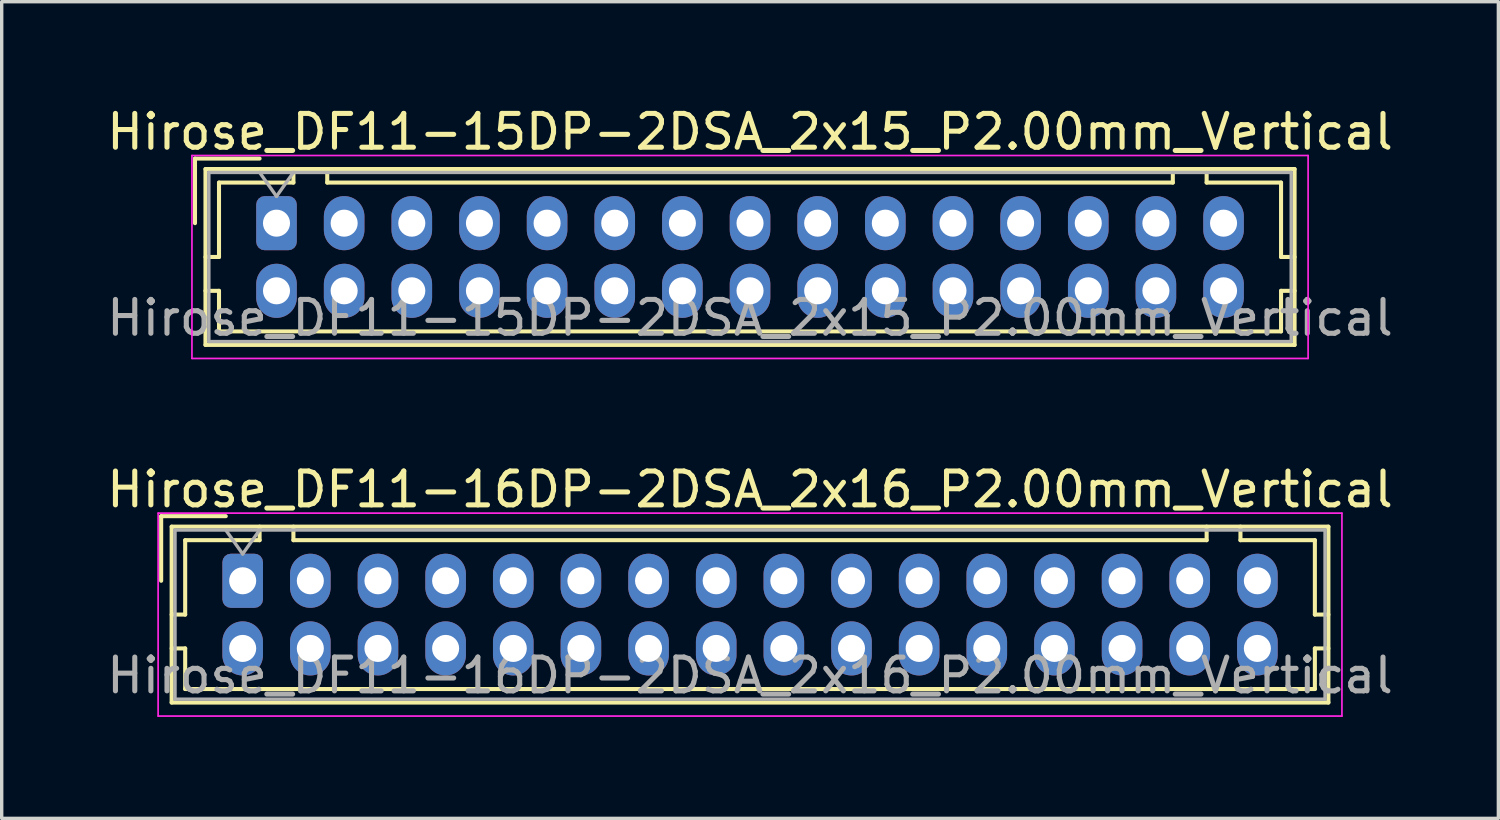
<source format=kicad_pcb>
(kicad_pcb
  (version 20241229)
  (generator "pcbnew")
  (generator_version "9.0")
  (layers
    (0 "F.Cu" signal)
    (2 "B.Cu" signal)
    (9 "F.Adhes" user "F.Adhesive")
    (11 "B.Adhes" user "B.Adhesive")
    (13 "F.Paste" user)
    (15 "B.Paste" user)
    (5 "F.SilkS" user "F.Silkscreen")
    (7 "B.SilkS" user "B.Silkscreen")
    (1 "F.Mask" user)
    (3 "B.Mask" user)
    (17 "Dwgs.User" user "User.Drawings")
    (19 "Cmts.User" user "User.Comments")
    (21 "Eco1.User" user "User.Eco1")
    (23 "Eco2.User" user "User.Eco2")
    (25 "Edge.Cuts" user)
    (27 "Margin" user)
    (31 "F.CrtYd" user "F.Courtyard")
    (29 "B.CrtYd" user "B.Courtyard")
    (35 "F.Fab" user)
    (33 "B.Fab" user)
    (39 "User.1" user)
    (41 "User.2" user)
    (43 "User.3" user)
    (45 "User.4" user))
  (footprint "Hirose_DF11-15DP-2DSA_2x15_P2.00mm_Vertical"
    (layer "F.Cu")
    (at 5.125 3.548)
    (property "Reference" "Hirose_DF11-15DP-2DSA_2x15_P2.00mm_Vertical" (at 14 -2.7 0) (layer "F.SilkS") (effects (font (size 1 1) (thickness 0.15))))
    (attr through_hole)
    (fp_line (start -2.41 -1.91) (end -0.5 -1.91) (stroke (width 0.12) (type solid)) (layer "F.SilkS"))
    (fp_line (start -2.41 0) (end -2.41 -1.91) (stroke (width 0.12) (type solid)) (layer "F.SilkS"))
    (fp_line (start -2.1 -1.6) (end -2.1 3.6) (stroke (width 0.12) (type solid)) (layer "F.SilkS"))
    (fp_line (start -2.1 1) (end -1.7 1) (stroke (width 0.12) (type solid)) (layer "F.SilkS"))
    (fp_line (start -2.1 2) (end -1.7 2) (stroke (width 0.12) (type solid)) (layer "F.SilkS"))
    (fp_line (start -2.1 3.6) (end 30.1 3.6) (stroke (width 0.12) (type solid)) (layer "F.SilkS"))
    (fp_line (start -1.7 -1.2) (end 0.5 -1.2) (stroke (width 0.12) (type solid)) (layer "F.SilkS"))
    (fp_line (start -1.7 1) (end -1.7 -1.2) (stroke (width 0.12) (type solid)) (layer "F.SilkS"))
    (fp_line (start -1.7 2) (end -1.7 3.2) (stroke (width 0.12) (type solid)) (layer "F.SilkS"))
    (fp_line (start -1.7 3.2) (end 29.7 3.2) (stroke (width 0.12) (type solid)) (layer "F.SilkS"))
    (fp_line (start 0.5 -1.2) (end 0.5 -1.6) (stroke (width 0.12) (type solid)) (layer "F.SilkS"))
    (fp_line (start 1.5 -1.6) (end 1.5 -1.2) (stroke (width 0.12) (type solid)) (layer "F.SilkS"))
    (fp_line (start 1.5 -1.2) (end 26.5 -1.2) (stroke (width 0.12) (type solid)) (layer "F.SilkS"))
    (fp_line (start 26.5 -1.2) (end 26.5 -1.6) (stroke (width 0.12) (type solid)) (layer "F.SilkS"))
    (fp_line (start 27.5 -1.2) (end 27.5 -1.6) (stroke (width 0.12) (type solid)) (layer "F.SilkS"))
    (fp_line (start 29.7 -1.2) (end 27.5 -1.2) (stroke (width 0.12) (type solid)) (layer "F.SilkS"))
    (fp_line (start 29.7 1) (end 29.7 -1.2) (stroke (width 0.12) (type solid)) (layer "F.SilkS"))
    (fp_line (start 29.7 2) (end 30.1 2) (stroke (width 0.12) (type solid)) (layer "F.SilkS"))
    (fp_line (start 29.7 3.2) (end 29.7 2) (stroke (width 0.12) (type solid)) (layer "F.SilkS"))
    (fp_line (start 30.1 -1.6) (end -2.1 -1.6) (stroke (width 0.12) (type solid)) (layer "F.SilkS"))
    (fp_line (start 30.1 1) (end 29.7 1) (stroke (width 0.12) (type solid)) (layer "F.SilkS"))
    (fp_line (start 30.1 3.6) (end 30.1 -1.6) (stroke (width 0.12) (type solid)) (layer "F.SilkS"))
    (fp_line (start -2.5 -2) (end -2.5 4) (stroke (width 0.05) (type solid)) (layer "F.CrtYd"))
    (fp_line (start -2.5 4) (end 30.5 4) (stroke (width 0.05) (type solid)) (layer "F.CrtYd"))
    (fp_line (start 30.5 -2) (end -2.5 -2) (stroke (width 0.05) (type solid)) (layer "F.CrtYd"))
    (fp_line (start 30.5 4) (end 30.5 -2) (stroke (width 0.05) (type solid)) (layer "F.CrtYd"))
    (fp_line (start -2 -1.5) (end -2 3.5) (stroke (width 0.1) (type solid)) (layer "F.Fab"))
    (fp_line (start -2 3.5) (end 30 3.5) (stroke (width 0.1) (type solid)) (layer "F.Fab"))
    (fp_line (start -0.5 -1.5) (end 0 -0.793) (stroke (width 0.1) (type solid)) (layer "F.Fab"))
    (fp_line (start 0 -0.793) (end 0.5 -1.5) (stroke (width 0.1) (type solid)) (layer "F.Fab"))
    (fp_line (start 30 -1.5) (end -2 -1.5) (stroke (width 0.1) (type solid)) (layer "F.Fab"))
    (fp_line (start 30 3.5) (end 30 -1.5) (stroke (width 0.1) (type solid)) (layer "F.Fab"))
    (fp_text user "${REFERENCE}" (at 14 2.8 0) (layer "F.Fab") (effects (font (size 1 1) (thickness 0.15))))
    (pad "1" thru_hole roundrect (at 0 0) (size 1.2 1.6) (drill 0.8) (layers "*.Cu" "*.Mask") (roundrect_rratio 0.208))
    (pad "2" thru_hole oval (at 0 2) (size 1.2 1.6) (drill 0.8) (layers "*.Cu" "*.Mask"))
    (pad "3" thru_hole oval (at 2 0) (size 1.2 1.6) (drill 0.8) (layers "*.Cu" "*.Mask"))
    (pad "4" thru_hole oval (at 2 2) (size 1.2 1.6) (drill 0.8) (layers "*.Cu" "*.Mask"))
    (pad "5" thru_hole oval (at 4 0) (size 1.2 1.6) (drill 0.8) (layers "*.Cu" "*.Mask"))
    (pad "6" thru_hole oval (at 4 2) (size 1.2 1.6) (drill 0.8) (layers "*.Cu" "*.Mask"))
    (pad "7" thru_hole oval (at 6 0) (size 1.2 1.6) (drill 0.8) (layers "*.Cu" "*.Mask"))
    (pad "8" thru_hole oval (at 6 2) (size 1.2 1.6) (drill 0.8) (layers "*.Cu" "*.Mask"))
    (pad "9" thru_hole oval (at 8 0) (size 1.2 1.6) (drill 0.8) (layers "*.Cu" "*.Mask"))
    (pad "10" thru_hole oval (at 8 2) (size 1.2 1.6) (drill 0.8) (layers "*.Cu" "*.Mask"))
    (pad "11" thru_hole oval (at 10 0) (size 1.2 1.6) (drill 0.8) (layers "*.Cu" "*.Mask"))
    (pad "12" thru_hole oval (at 10 2) (size 1.2 1.6) (drill 0.8) (layers "*.Cu" "*.Mask"))
    (pad "13" thru_hole oval (at 12 0) (size 1.2 1.6) (drill 0.8) (layers "*.Cu" "*.Mask"))
    (pad "14" thru_hole oval (at 12 2) (size 1.2 1.6) (drill 0.8) (layers "*.Cu" "*.Mask"))
    (pad "15" thru_hole oval (at 14 0) (size 1.2 1.6) (drill 0.8) (layers "*.Cu" "*.Mask"))
    (pad "16" thru_hole oval (at 14 2) (size 1.2 1.6) (drill 0.8) (layers "*.Cu" "*.Mask"))
    (pad "17" thru_hole oval (at 16 0) (size 1.2 1.6) (drill 0.8) (layers "*.Cu" "*.Mask"))
    (pad "18" thru_hole oval (at 16 2) (size 1.2 1.6) (drill 0.8) (layers "*.Cu" "*.Mask"))
    (pad "19" thru_hole oval (at 18 0) (size 1.2 1.6) (drill 0.8) (layers "*.Cu" "*.Mask"))
    (pad "20" thru_hole oval (at 18 2) (size 1.2 1.6) (drill 0.8) (layers "*.Cu" "*.Mask"))
    (pad "21" thru_hole oval (at 20 0) (size 1.2 1.6) (drill 0.8) (layers "*.Cu" "*.Mask"))
    (pad "22" thru_hole oval (at 20 2) (size 1.2 1.6) (drill 0.8) (layers "*.Cu" "*.Mask"))
    (pad "23" thru_hole oval (at 22 0) (size 1.2 1.6) (drill 0.8) (layers "*.Cu" "*.Mask"))
    (pad "24" thru_hole oval (at 22 2) (size 1.2 1.6) (drill 0.8) (layers "*.Cu" "*.Mask"))
    (pad "25" thru_hole oval (at 24 0) (size 1.2 1.6) (drill 0.8) (layers "*.Cu" "*.Mask"))
    (pad "26" thru_hole oval (at 24 2) (size 1.2 1.6) (drill 0.8) (layers "*.Cu" "*.Mask"))
    (pad "27" thru_hole oval (at 26 0) (size 1.2 1.6) (drill 0.8) (layers "*.Cu" "*.Mask"))
    (pad "28" thru_hole oval (at 26 2) (size 1.2 1.6) (drill 0.8) (layers "*.Cu" "*.Mask"))
    (pad "29" thru_hole oval (at 28 0) (size 1.2 1.6) (drill 0.8) (layers "*.Cu" "*.Mask"))
    (pad "30" thru_hole oval (at 28 2) (size 1.2 1.6) (drill 0.8) (layers "*.Cu" "*.Mask")))
  (footprint "Hirose_DF11-16DP-2DSA_2x16_P2.00mm_Vertical"
    (layer "F.Cu")
    (at 4.125 14.121)
    (property "Reference" "Hirose_DF11-16DP-2DSA_2x16_P2.00mm_Vertical" (at 15 -2.7 0) (layer "F.SilkS") (effects (font (size 1 1) (thickness 0.15))))
    (attr through_hole)
    (fp_line (start -2.41 -1.91) (end -0.5 -1.91) (stroke (width 0.12) (type solid)) (layer "F.SilkS"))
    (fp_line (start -2.41 0) (end -2.41 -1.91) (stroke (width 0.12) (type solid)) (layer "F.SilkS"))
    (fp_line (start -2.1 -1.6) (end -2.1 3.6) (stroke (width 0.12) (type solid)) (layer "F.SilkS"))
    (fp_line (start -2.1 1) (end -1.7 1) (stroke (width 0.12) (type solid)) (layer "F.SilkS"))
    (fp_line (start -2.1 2) (end -1.7 2) (stroke (width 0.12) (type solid)) (layer "F.SilkS"))
    (fp_line (start -2.1 3.6) (end 32.1 3.6) (stroke (width 0.12) (type solid)) (layer "F.SilkS"))
    (fp_line (start -1.7 -1.2) (end 0.5 -1.2) (stroke (width 0.12) (type solid)) (layer "F.SilkS"))
    (fp_line (start -1.7 1) (end -1.7 -1.2) (stroke (width 0.12) (type solid)) (layer "F.SilkS"))
    (fp_line (start -1.7 2) (end -1.7 3.2) (stroke (width 0.12) (type solid)) (layer "F.SilkS"))
    (fp_line (start -1.7 3.2) (end 31.7 3.2) (stroke (width 0.12) (type solid)) (layer "F.SilkS"))
    (fp_line (start 0.5 -1.2) (end 0.5 -1.6) (stroke (width 0.12) (type solid)) (layer "F.SilkS"))
    (fp_line (start 1.5 -1.6) (end 1.5 -1.2) (stroke (width 0.12) (type solid)) (layer "F.SilkS"))
    (fp_line (start 1.5 -1.2) (end 28.5 -1.2) (stroke (width 0.12) (type solid)) (layer "F.SilkS"))
    (fp_line (start 28.5 -1.2) (end 28.5 -1.6) (stroke (width 0.12) (type solid)) (layer "F.SilkS"))
    (fp_line (start 29.5 -1.2) (end 29.5 -1.6) (stroke (width 0.12) (type solid)) (layer "F.SilkS"))
    (fp_line (start 31.7 -1.2) (end 29.5 -1.2) (stroke (width 0.12) (type solid)) (layer "F.SilkS"))
    (fp_line (start 31.7 1) (end 31.7 -1.2) (stroke (width 0.12) (type solid)) (layer "F.SilkS"))
    (fp_line (start 31.7 2) (end 32.1 2) (stroke (width 0.12) (type solid)) (layer "F.SilkS"))
    (fp_line (start 31.7 3.2) (end 31.7 2) (stroke (width 0.12) (type solid)) (layer "F.SilkS"))
    (fp_line (start 32.1 -1.6) (end -2.1 -1.6) (stroke (width 0.12) (type solid)) (layer "F.SilkS"))
    (fp_line (start 32.1 1) (end 31.7 1) (stroke (width 0.12) (type solid)) (layer "F.SilkS"))
    (fp_line (start 32.1 3.6) (end 32.1 -1.6) (stroke (width 0.12) (type solid)) (layer "F.SilkS"))
    (fp_line (start -2.5 -2) (end -2.5 4) (stroke (width 0.05) (type solid)) (layer "F.CrtYd"))
    (fp_line (start -2.5 4) (end 32.5 4) (stroke (width 0.05) (type solid)) (layer "F.CrtYd"))
    (fp_line (start 32.5 -2) (end -2.5 -2) (stroke (width 0.05) (type solid)) (layer "F.CrtYd"))
    (fp_line (start 32.5 4) (end 32.5 -2) (stroke (width 0.05) (type solid)) (layer "F.CrtYd"))
    (fp_line (start -2 -1.5) (end -2 3.5) (stroke (width 0.1) (type solid)) (layer "F.Fab"))
    (fp_line (start -2 3.5) (end 32 3.5) (stroke (width 0.1) (type solid)) (layer "F.Fab"))
    (fp_line (start -0.5 -1.5) (end 0 -0.793) (stroke (width 0.1) (type solid)) (layer "F.Fab"))
    (fp_line (start 0 -0.793) (end 0.5 -1.5) (stroke (width 0.1) (type solid)) (layer "F.Fab"))
    (fp_line (start 32 -1.5) (end -2 -1.5) (stroke (width 0.1) (type solid)) (layer "F.Fab"))
    (fp_line (start 32 3.5) (end 32 -1.5) (stroke (width 0.1) (type solid)) (layer "F.Fab"))
    (fp_text user "${REFERENCE}" (at 15 2.8 0) (layer "F.Fab") (effects (font (size 1 1) (thickness 0.15))))
    (pad "1" thru_hole roundrect (at 0 0) (size 1.2 1.6) (drill 0.8) (layers "*.Cu" "*.Mask") (roundrect_rratio 0.208))
    (pad "2" thru_hole oval (at 0 2) (size 1.2 1.6) (drill 0.8) (layers "*.Cu" "*.Mask"))
    (pad "3" thru_hole oval (at 2 0) (size 1.2 1.6) (drill 0.8) (layers "*.Cu" "*.Mask"))
    (pad "4" thru_hole oval (at 2 2) (size 1.2 1.6) (drill 0.8) (layers "*.Cu" "*.Mask"))
    (pad "5" thru_hole oval (at 4 0) (size 1.2 1.6) (drill 0.8) (layers "*.Cu" "*.Mask"))
    (pad "6" thru_hole oval (at 4 2) (size 1.2 1.6) (drill 0.8) (layers "*.Cu" "*.Mask"))
    (pad "7" thru_hole oval (at 6 0) (size 1.2 1.6) (drill 0.8) (layers "*.Cu" "*.Mask"))
    (pad "8" thru_hole oval (at 6 2) (size 1.2 1.6) (drill 0.8) (layers "*.Cu" "*.Mask"))
    (pad "9" thru_hole oval (at 8 0) (size 1.2 1.6) (drill 0.8) (layers "*.Cu" "*.Mask"))
    (pad "10" thru_hole oval (at 8 2) (size 1.2 1.6) (drill 0.8) (layers "*.Cu" "*.Mask"))
    (pad "11" thru_hole oval (at 10 0) (size 1.2 1.6) (drill 0.8) (layers "*.Cu" "*.Mask"))
    (pad "12" thru_hole oval (at 10 2) (size 1.2 1.6) (drill 0.8) (layers "*.Cu" "*.Mask"))
    (pad "13" thru_hole oval (at 12 0) (size 1.2 1.6) (drill 0.8) (layers "*.Cu" "*.Mask"))
    (pad "14" thru_hole oval (at 12 2) (size 1.2 1.6) (drill 0.8) (layers "*.Cu" "*.Mask"))
    (pad "15" thru_hole oval (at 14 0) (size 1.2 1.6) (drill 0.8) (layers "*.Cu" "*.Mask"))
    (pad "16" thru_hole oval (at 14 2) (size 1.2 1.6) (drill 0.8) (layers "*.Cu" "*.Mask"))
    (pad "17" thru_hole oval (at 16 0) (size 1.2 1.6) (drill 0.8) (layers "*.Cu" "*.Mask"))
    (pad "18" thru_hole oval (at 16 2) (size 1.2 1.6) (drill 0.8) (layers "*.Cu" "*.Mask"))
    (pad "19" thru_hole oval (at 18 0) (size 1.2 1.6) (drill 0.8) (layers "*.Cu" "*.Mask"))
    (pad "20" thru_hole oval (at 18 2) (size 1.2 1.6) (drill 0.8) (layers "*.Cu" "*.Mask"))
    (pad "21" thru_hole oval (at 20 0) (size 1.2 1.6) (drill 0.8) (layers "*.Cu" "*.Mask"))
    (pad "22" thru_hole oval (at 20 2) (size 1.2 1.6) (drill 0.8) (layers "*.Cu" "*.Mask"))
    (pad "23" thru_hole oval (at 22 0) (size 1.2 1.6) (drill 0.8) (layers "*.Cu" "*.Mask"))
    (pad "24" thru_hole oval (at 22 2) (size 1.2 1.6) (drill 0.8) (layers "*.Cu" "*.Mask"))
    (pad "25" thru_hole oval (at 24 0) (size 1.2 1.6) (drill 0.8) (layers "*.Cu" "*.Mask"))
    (pad "26" thru_hole oval (at 24 2) (size 1.2 1.6) (drill 0.8) (layers "*.Cu" "*.Mask"))
    (pad "27" thru_hole oval (at 26 0) (size 1.2 1.6) (drill 0.8) (layers "*.Cu" "*.Mask"))
    (pad "28" thru_hole oval (at 26 2) (size 1.2 1.6) (drill 0.8) (layers "*.Cu" "*.Mask"))
    (pad "29" thru_hole oval (at 28 0) (size 1.2 1.6) (drill 0.8) (layers "*.Cu" "*.Mask"))
    (pad "30" thru_hole oval (at 28 2) (size 1.2 1.6) (drill 0.8) (layers "*.Cu" "*.Mask"))
    (pad "31" thru_hole oval (at 30 0) (size 1.2 1.6) (drill 0.8) (layers "*.Cu" "*.Mask"))
    (pad "32" thru_hole oval (at 30 2) (size 1.2 1.6) (drill 0.8) (layers "*.Cu" "*.Mask")))
  (gr_rect
    (start -3 -3)
    (end 41.25 21.146)
    (stroke (width 0.1) (type default))
    (fill no)
    (layer "Edge.Cuts")))
</source>
